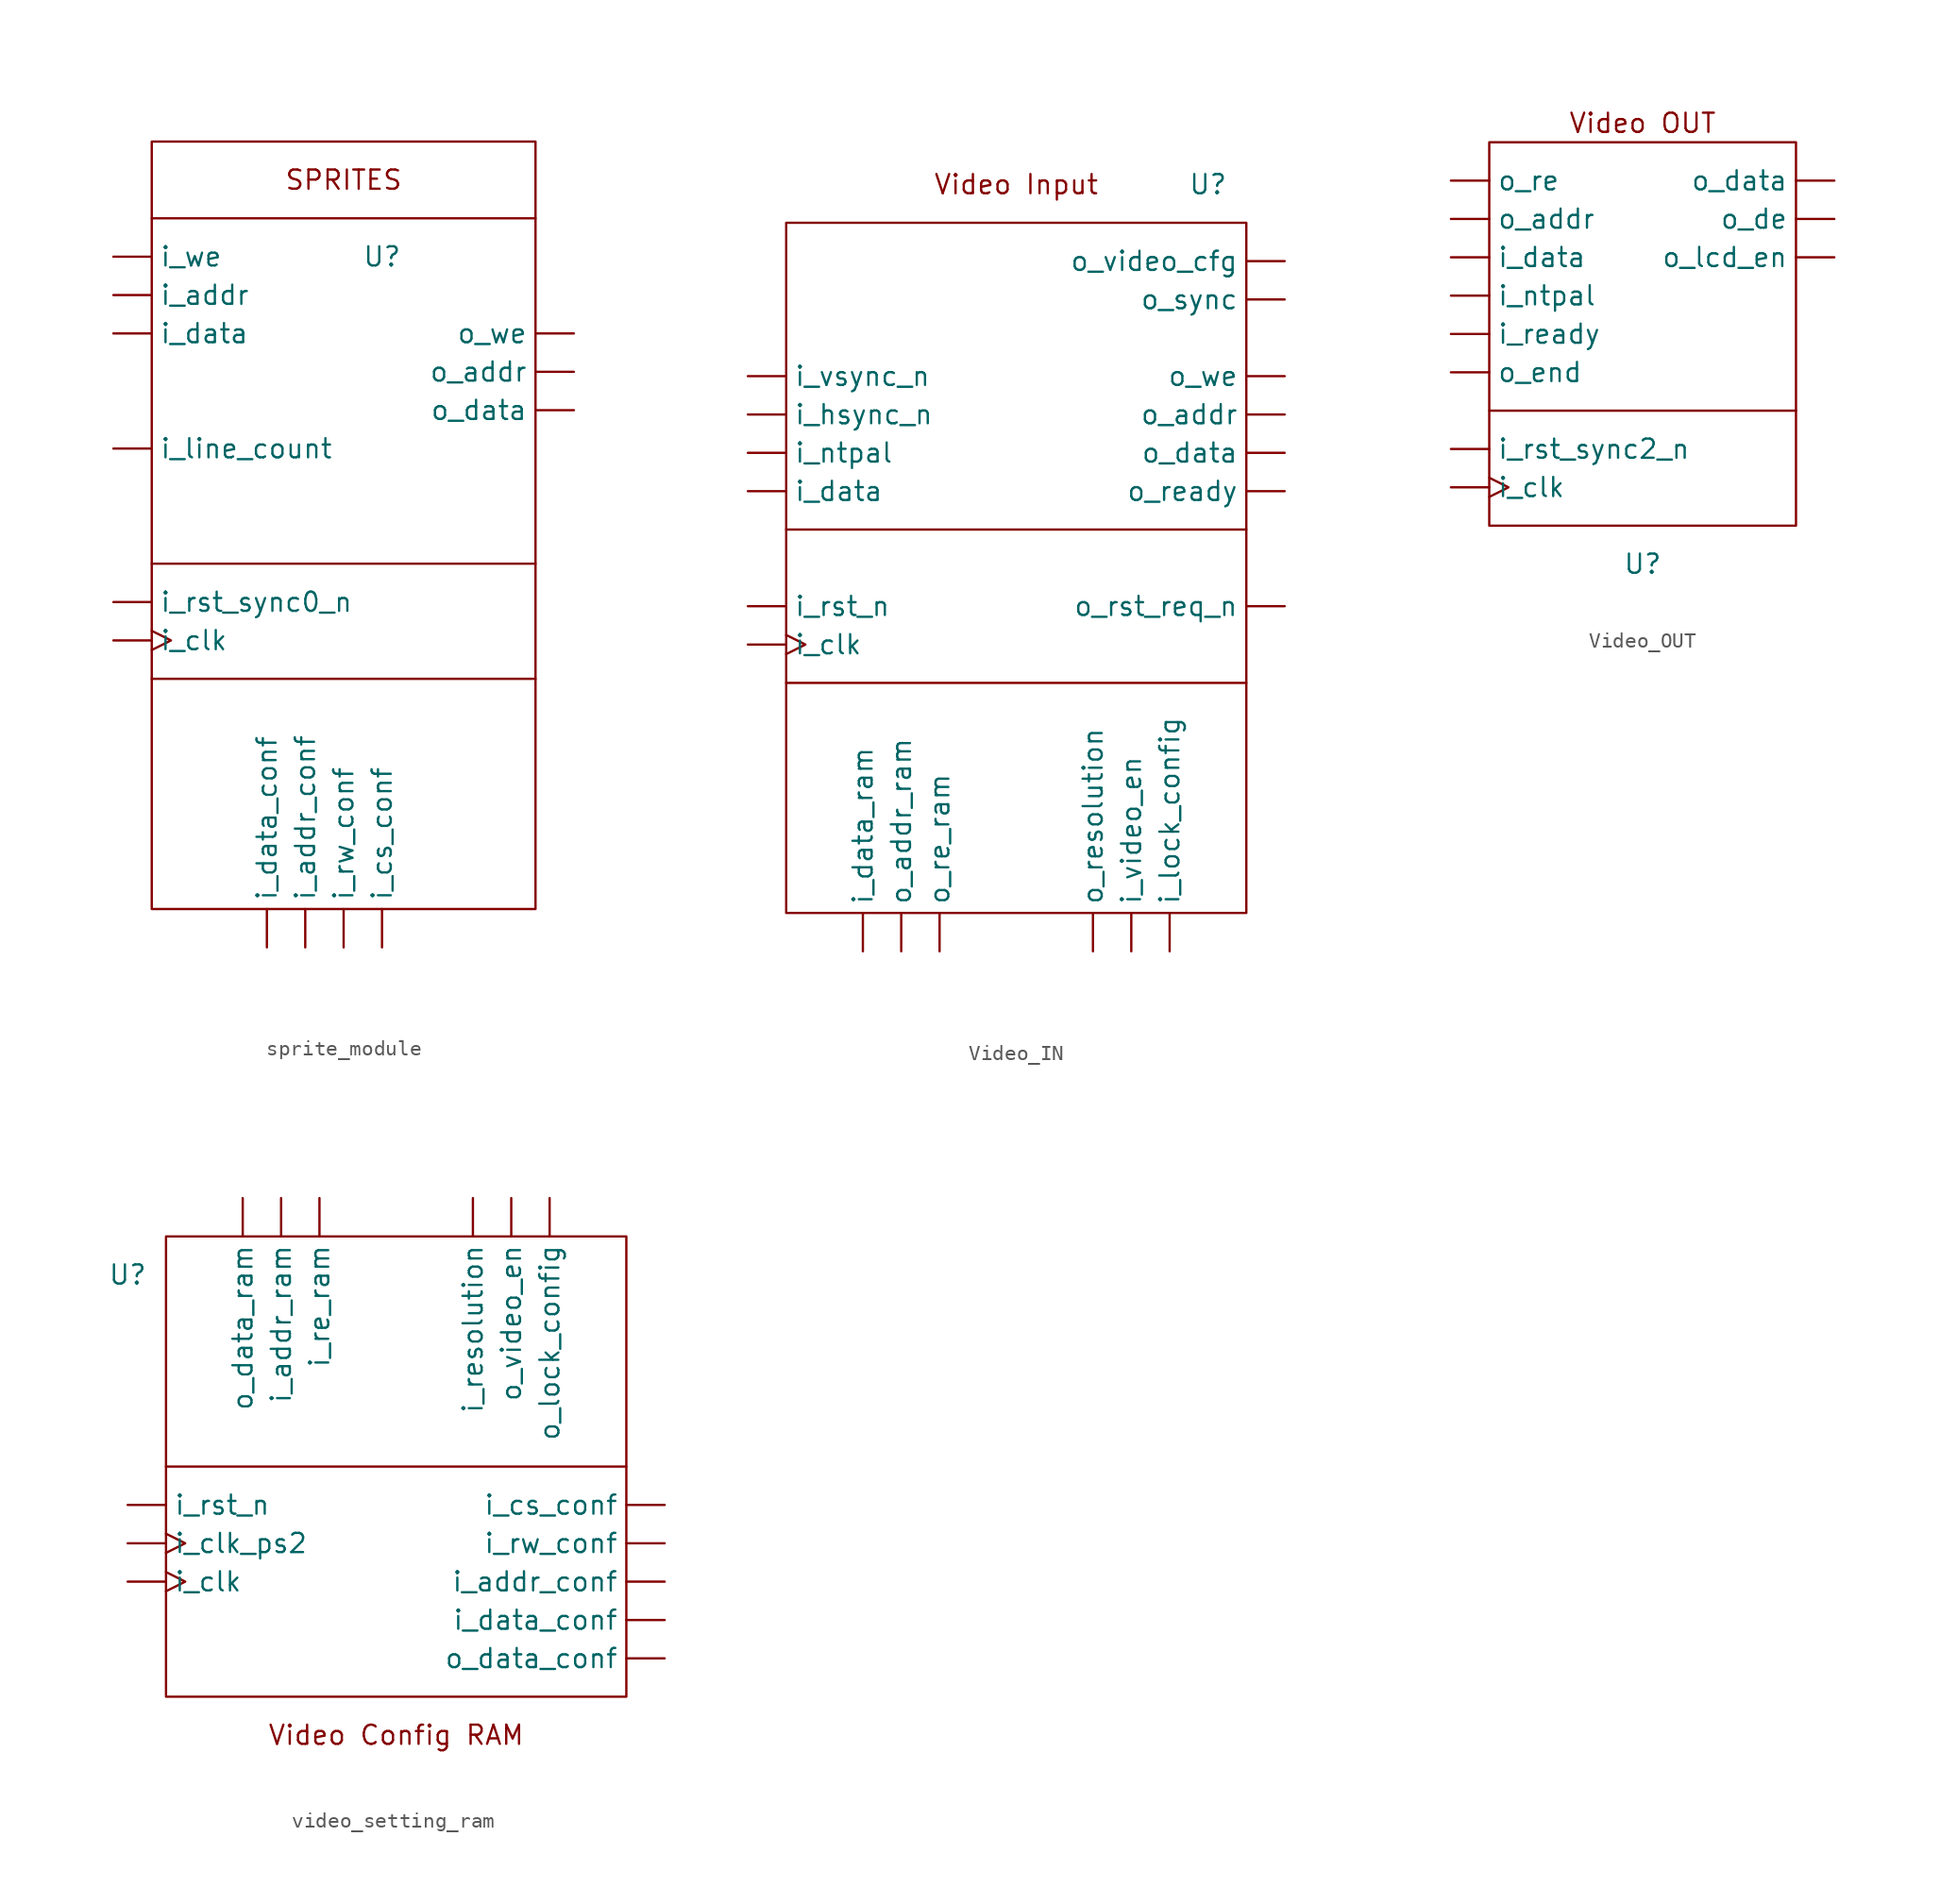
<source format=kicad_sym>
(kicad_symbol_lib
  (version 20220914)
  (generator kicad_symbol_editor)
  (symbol "sprite_module"
    (property "Reference" "U"
      (at 2.54 0 0)
      (effects (font (size 1.27 1.27))))
    (property "Value" ""
      (at 2.54 0 0)
      (effects (font (size 1.27 1.27))))
    (symbol "sprite_module_0_1"
      (rectangle (start -12.7 7.62) (end 12.7 -43.18) (stroke (width 0) (type default)) (fill (type none)))
      (polyline (pts (xy -12.7 -27.94) (xy 12.7 -27.94)) (stroke (width 0) (type default)) (fill (type none)))
      (polyline (pts (xy -12.7 -20.32) (xy 12.7 -20.32)) (stroke (width 0) (type default)) (fill (type none)))
      (polyline (pts (xy -12.7 2.54) (xy 12.7 2.54)) (stroke (width 0) (type default)) (fill (type none))))
    (symbol "sprite_module_1_1"
      (text "SPRITES" (at 0 5.08 0) (effects (font (size 1.27 1.27))))
      (pin input line (at -15.24 -2.54 0) (length 2.54) (name "i_addr" (effects (font (size 1.27 1.27)))) (number "" (effects (font (size 1.27 1.27)))))
      (pin output line (at -2.54 -45.72 90) (length 2.54) (name "i_addr_conf" (effects (font (size 1.27 1.27)))) (number "" (effects (font (size 1.27 1.27)))))
      (pin input clock (at -15.24 -25.4 0) (length 2.54) (name "i_clk" (effects (font (size 1.27 1.27)))) (number "" (effects (font (size 1.27 1.27)))))
      (pin input line (at 2.54 -45.72 90) (length 2.54) (name "i_cs_conf" (effects (font (size 1.27 1.27)))) (number "" (effects (font (size 1.27 1.27)))))
      (pin output line (at -15.24 -5.08 0) (length 2.54) (name "i_data" (effects (font (size 1.27 1.27)))) (number "" (effects (font (size 1.27 1.27)))))
      (pin input line (at -5.08 -45.72 90) (length 2.54) (name "i_data_conf" (effects (font (size 1.27 1.27)))) (number "" (effects (font (size 1.27 1.27)))))
      (pin output line (at -15.24 -12.7 0) (length 2.54) (name "i_line_count" (effects (font (size 1.27 1.27)))) (number "" (effects (font (size 1.27 1.27)))))
      (pin input line (at -15.24 -22.86 0) (length 2.54) (name "i_rst_sync0_n" (effects (font (size 1.27 1.27)))) (number "" (effects (font (size 1.27 1.27)))))
      (pin input line (at 0 -45.72 90) (length 2.54) (name "i_rw_conf" (effects (font (size 1.27 1.27)))) (number "" (effects (font (size 1.27 1.27)))))
      (pin input line (at -15.24 0 0) (length 2.54) (name "i_we" (effects (font (size 1.27 1.27)))) (number "" (effects (font (size 1.27 1.27)))))
      (pin output line (at 15.24 -7.62 180) (length 2.54) (name "o_addr" (effects (font (size 1.27 1.27)))) (number "" (effects (font (size 1.27 1.27)))))
      (pin input line (at 15.24 -10.16 180) (length 2.54) (name "o_data" (effects (font (size 1.27 1.27)))) (number "" (effects (font (size 1.27 1.27)))))
      (pin output line (at 15.24 -5.08 180) (length 2.54) (name "o_we" (effects (font (size 1.27 1.27)))) (number "" (effects (font (size 1.27 1.27)))))))
  (symbol "Video_IN"
    (property "Reference" "U"
      (at 12.7 5.08 0)
      (effects (font (size 1.27 1.27))))
    (property "Value" ""
      (at 0 7.62 0)
      (effects (font (size 1.27 1.27))))
    (symbol "Video_IN_0_1"
      (rectangle (start -15.24 2.54) (end 15.24 -43.18) (stroke (width 0) (type default)) (fill (type none)))
      (polyline (pts (xy -15.24 -17.78) (xy 15.24 -17.78)) (stroke (width 0) (type default)) (fill (type none)))
      (polyline (pts (xy 15.24 -27.94) (xy -15.24 -27.94)) (stroke (width 0) (type default)) (fill (type none))))
    (symbol "Video_IN_1_1"
      (text "Video Input" (at 0 5.08 0) (effects (font (size 1.27 1.27))))
      (pin input clock (at -17.78 -25.4 0) (length 2.54) (name "i_clk" (effects (font (size 1.27 1.27)))) (number "" (effects (font (size 1.27 1.27)))))
      (pin input line (at -17.78 -15.24 0) (length 2.54) (name "i_data" (effects (font (size 1.27 1.27)))) (number "" (effects (font (size 1.27 1.27)))))
      (pin input line (at -10.16 -45.72 90) (length 2.54) (name "i_data_ram" (effects (font (size 1.27 1.27)))) (number "" (effects (font (size 1.27 1.27)))))
      (pin input line (at -17.78 -10.16 0) (length 2.54) (name "i_hsync_n" (effects (font (size 1.27 1.27)))) (number "" (effects (font (size 1.27 1.27)))))
      (pin input line (at 10.16 -45.72 90) (length 2.54) (name "i_lock_config" (effects (font (size 1.27 1.27)))) (number "" (effects (font (size 1.27 1.27)))))
      (pin input line (at -17.78 -12.7 0) (length 2.54) (name "i_ntpal" (effects (font (size 1.27 1.27)))) (number "" (effects (font (size 1.27 1.27)))))
      (pin input line (at -17.78 -22.86 0) (length 2.54) (name "i_rst_n" (effects (font (size 1.27 1.27)))) (number "" (effects (font (size 1.27 1.27)))))
      (pin input line (at 7.62 -45.72 90) (length 2.54) (name "i_video_en" (effects (font (size 1.27 1.27)))) (number "" (effects (font (size 1.27 1.27)))))
      (pin input line (at -17.78 -7.62 0) (length 2.54) (name "i_vsync_n" (effects (font (size 1.27 1.27)))) (number "" (effects (font (size 1.27 1.27)))))
      (pin output line (at 17.78 -10.16 180) (length 2.54) (name "o_addr" (effects (font (size 1.27 1.27)))) (number "" (effects (font (size 1.27 1.27)))))
      (pin output line (at -7.62 -45.72 90) (length 2.54) (name "o_addr_ram" (effects (font (size 1.27 1.27)))) (number "" (effects (font (size 1.27 1.27)))))
      (pin output line (at 17.78 -12.7 180) (length 2.54) (name "o_data" (effects (font (size 1.27 1.27)))) (number "" (effects (font (size 1.27 1.27)))))
      (pin output line (at -5.08 -45.72 90) (length 2.54) (name "o_re_ram" (effects (font (size 1.27 1.27)))) (number "" (effects (font (size 1.27 1.27)))))
      (pin output line (at 17.78 -15.24 180) (length 2.54) (name "o_ready" (effects (font (size 1.27 1.27)))) (number "" (effects (font (size 1.27 1.27)))))
      (pin input line (at 5.08 -45.72 90) (length 2.54) (name "o_resolution" (effects (font (size 1.27 1.27)))) (number "" (effects (font (size 1.27 1.27)))))
      (pin output line (at 17.78 -22.86 180) (length 2.54) (name "o_rst_req_n" (effects (font (size 1.27 1.27)))) (number "" (effects (font (size 1.27 1.27)))))
      (pin output line (at 17.78 -2.54 180) (length 2.54) (name "o_sync" (effects (font (size 1.27 1.27)))) (number "" (effects (font (size 1.27 1.27)))))
      (pin output line (at 17.78 0 180) (length 2.54) (name "o_video_cfg" (effects (font (size 1.27 1.27)))) (number "" (effects (font (size 1.27 1.27)))))
      (pin output line (at 17.78 -7.62 180) (length 2.54) (name "o_we" (effects (font (size 1.27 1.27)))) (number "" (effects (font (size 1.27 1.27)))))))
  (symbol "Video_OUT"
    (property "Reference" "U"
      (at 0 -25.4 0)
      (effects (font (size 1.27 1.27))))
    (property "Value" ""
      (at -2.54 1.27 0)
      (effects (font (size 1.27 1.27))))
    (symbol "Video_OUT_0_1"
      (rectangle (start -10.16 2.54) (end 10.16 -22.86) (stroke (width 0) (type default)) (fill (type none)))
      (polyline (pts (xy -10.16 -15.24) (xy 10.16 -15.24)) (stroke (width 0) (type default)) (fill (type none))))
    (symbol "Video_OUT_1_1"
      (text "Video OUT" (at 0 3.81 0) (effects (font (size 1.27 1.27))))
      (pin input clock (at -12.7 -20.32 0) (length 2.54) (name "i_clk" (effects (font (size 1.27 1.27)))) (number "" (effects (font (size 1.27 1.27)))))
      (pin input line (at -12.7 -5.08 0) (length 2.54) (name "i_data" (effects (font (size 1.27 1.27)))) (number "" (effects (font (size 1.27 1.27)))))
      (pin input line (at -12.7 -7.62 0) (length 2.54) (name "i_ntpal" (effects (font (size 1.27 1.27)))) (number "" (effects (font (size 1.27 1.27)))))
      (pin input line (at -12.7 -10.16 0) (length 2.54) (name "i_ready" (effects (font (size 1.27 1.27)))) (number "" (effects (font (size 1.27 1.27)))))
      (pin input line (at -12.7 -17.78 0) (length 2.54) (name "i_rst_sync2_n" (effects (font (size 1.27 1.27)))) (number "" (effects (font (size 1.27 1.27)))))
      (pin output line (at -12.7 -2.54 0) (length 2.54) (name "o_addr" (effects (font (size 1.27 1.27)))) (number "" (effects (font (size 1.27 1.27)))))
      (pin output line (at 12.7 0 180) (length 2.54) (name "o_data" (effects (font (size 1.27 1.27)))) (number "" (effects (font (size 1.27 1.27)))))
      (pin output line (at 12.7 -2.54 180) (length 2.54) (name "o_de" (effects (font (size 1.27 1.27)))) (number "" (effects (font (size 1.27 1.27)))))
      (pin output line (at -12.7 -12.7 0) (length 2.54) (name "o_end" (effects (font (size 1.27 1.27)))) (number "" (effects (font (size 1.27 1.27)))))
      (pin output line (at 12.7 -5.08 180) (length 2.54) (name "o_lcd_en" (effects (font (size 1.27 1.27)))) (number "" (effects (font (size 1.27 1.27)))))
      (pin output line (at -12.7 0 0) (length 2.54) (name "o_re" (effects (font (size 1.27 1.27)))) (number "" (effects (font (size 1.27 1.27)))))))
  (symbol "video_setting_ram"
    (property "Reference" "U"
      (at -17.78 -2.54 0)
      (effects (font (size 1.27 1.27))))
    (property "Value" ""
      (at -15.24 0 0)
      (effects (font (size 1.27 1.27))))
    (symbol "video_setting_ram_0_1"
      (rectangle (start -15.24 0) (end 15.24 -30.48) (stroke (width 0) (type default)) (fill (type none)))
      (polyline (pts (xy -15.24 -15.24) (xy 15.24 -15.24)) (stroke (width 0) (type default)) (fill (type none))))
    (symbol "video_setting_ram_1_1"
      (text "Video Config RAM" (at 0 -33.02 0) (effects (font (size 1.27 1.27))))
      (pin output line (at 17.78 -22.86 180) (length 2.54) (name "i_addr_conf" (effects (font (size 1.27 1.27)))) (number "" (effects (font (size 1.27 1.27)))))
      (pin output line (at -7.62 2.54 270) (length 2.54) (name "i_addr_ram" (effects (font (size 1.27 1.27)))) (number "" (effects (font (size 1.27 1.27)))))
      (pin input clock (at -17.78 -22.86 0) (length 2.54) (name "i_clk" (effects (font (size 1.27 1.27)))) (number "" (effects (font (size 1.27 1.27)))))
      (pin input clock (at -17.78 -20.32 0) (length 2.54) (name "i_clk_ps2" (effects (font (size 1.27 1.27)))) (number "" (effects (font (size 1.27 1.27)))))
      (pin input line (at 17.78 -17.78 180) (length 2.54) (name "i_cs_conf" (effects (font (size 1.27 1.27)))) (number "" (effects (font (size 1.27 1.27)))))
      (pin input line (at 17.78 -25.4 180) (length 2.54) (name "i_data_conf" (effects (font (size 1.27 1.27)))) (number "" (effects (font (size 1.27 1.27)))))
      (pin output line (at -5.08 2.54 270) (length 2.54) (name "i_re_ram" (effects (font (size 1.27 1.27)))) (number "" (effects (font (size 1.27 1.27)))))
      (pin input line (at 5.08 2.54 270) (length 2.54) (name "i_resolution" (effects (font (size 1.27 1.27)))) (number "" (effects (font (size 1.27 1.27)))))
      (pin input line (at -17.78 -17.78 0) (length 2.54) (name "i_rst_n" (effects (font (size 1.27 1.27)))) (number "" (effects (font (size 1.27 1.27)))))
      (pin input line (at 17.78 -20.32 180) (length 2.54) (name "i_rw_conf" (effects (font (size 1.27 1.27)))) (number "" (effects (font (size 1.27 1.27)))))
      (pin output line (at 17.78 -27.94 180) (length 2.54) (name "o_data_conf" (effects (font (size 1.27 1.27)))) (number "" (effects (font (size 1.27 1.27)))))
      (pin input line (at -10.16 2.54 270) (length 2.54) (name "o_data_ram" (effects (font (size 1.27 1.27)))) (number "" (effects (font (size 1.27 1.27)))))
      (pin input line (at 10.16 2.54 270) (length 2.54) (name "o_lock_config" (effects (font (size 1.27 1.27)))) (number "" (effects (font (size 1.27 1.27)))))
      (pin input line (at 7.62 2.54 270) (length 2.54) (name "o_video_en" (effects (font (size 1.27 1.27)))) (number "" (effects (font (size 1.27 1.27))))))))
</source>
